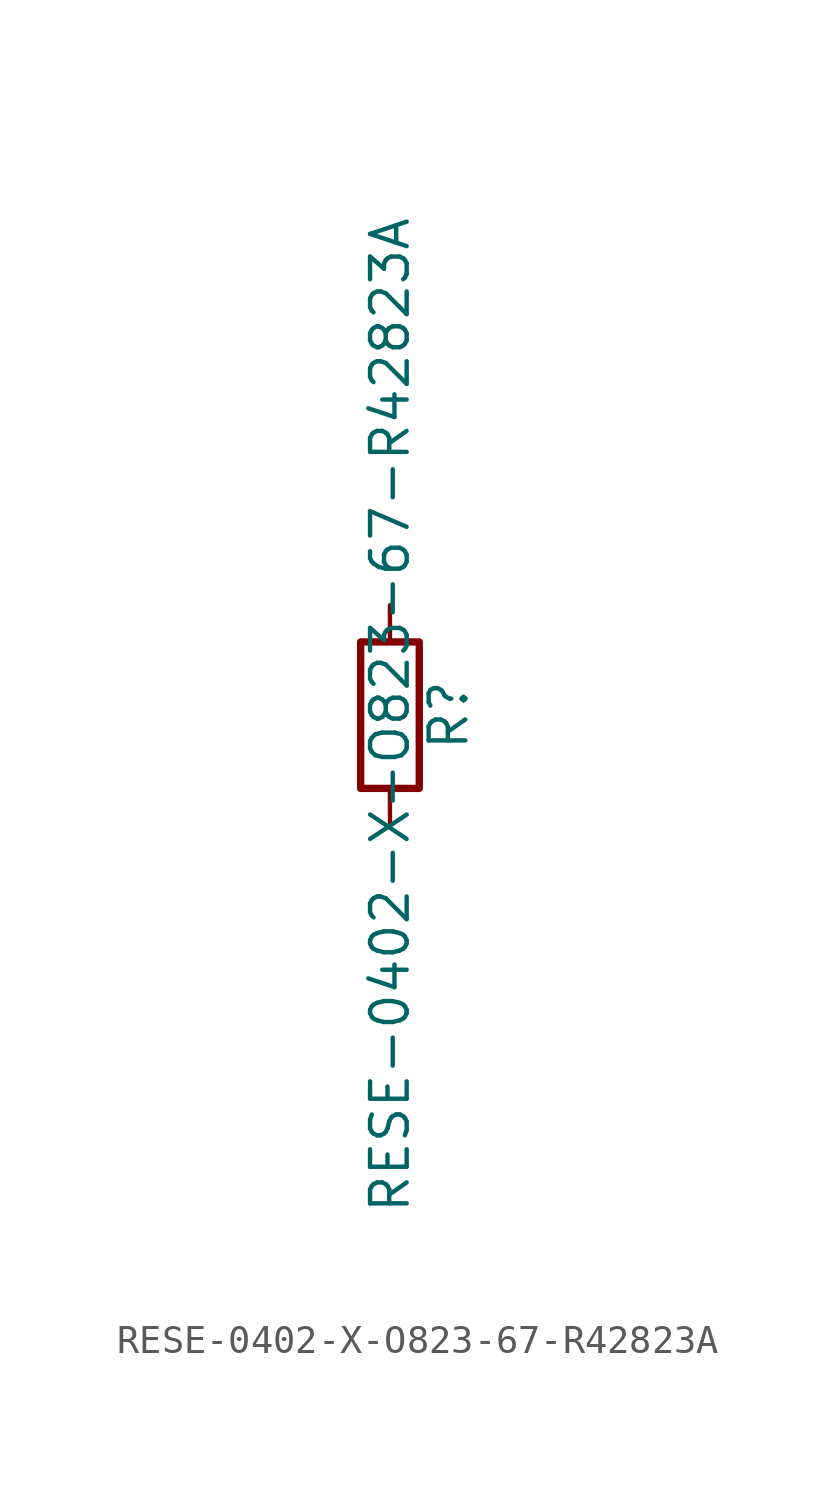
<source format=kicad_sym>
(kicad_symbol_lib
  (version 20211014)
  (generator kicad_symbol_editor)
  (symbol "RESE-0402-X-O823-67-R42823A"
    (pin_numbers hide)
    (pin_names
      (offset 0))
    (property "Reference" "R"
      (at 2.032 0 90)
      (effects (font (size 1.27 1.27))))
    (property "Value" "RESE-0402-X-O823-67-R42823A"
      (at 0 0 90)
      (effects (font (size 1.27 1.27))))
    (symbol "RESE-0402-X-O823-67-R42823A_0_1"
      (rectangle (start -1.016 -2.54) (end 1.016 2.54) (stroke (width 0.254) (type default) (color 0 0 0 0)) (fill (type none))))
    (symbol "RESE-0402-X-O823-67-R42823A_1_1"
      (pin passive line (at 0 3.81 270) (length 1.27) (name "~" (effects (font (size 1.27 1.27)))) (number "1" (effects (font (size 1.27 1.27)))))
      (pin passive line (at 0 -3.81 90) (length 1.27) (name "~" (effects (font (size 1.27 1.27)))) (number "2" (effects (font (size 1.27 1.27))))))))
</source>
